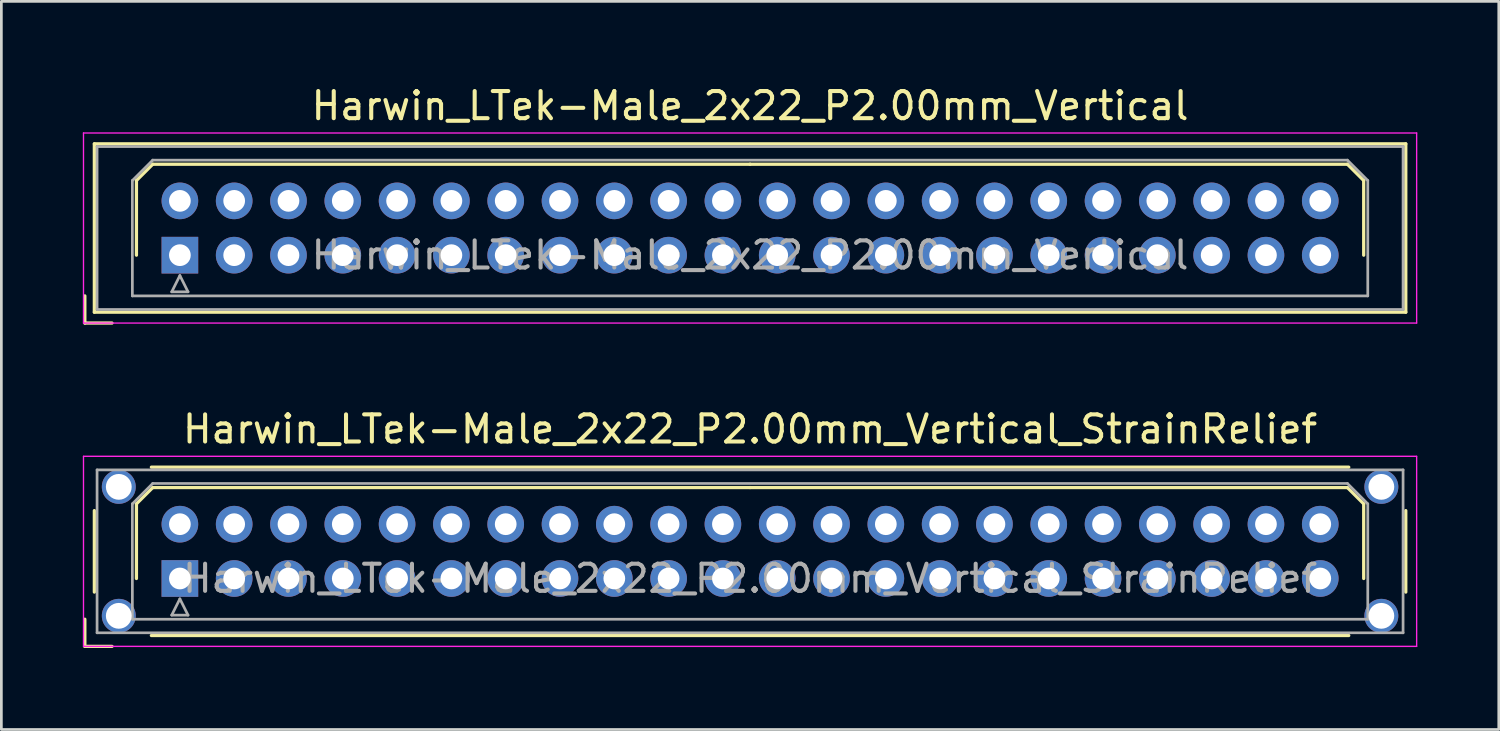
<source format=kicad_pcb>
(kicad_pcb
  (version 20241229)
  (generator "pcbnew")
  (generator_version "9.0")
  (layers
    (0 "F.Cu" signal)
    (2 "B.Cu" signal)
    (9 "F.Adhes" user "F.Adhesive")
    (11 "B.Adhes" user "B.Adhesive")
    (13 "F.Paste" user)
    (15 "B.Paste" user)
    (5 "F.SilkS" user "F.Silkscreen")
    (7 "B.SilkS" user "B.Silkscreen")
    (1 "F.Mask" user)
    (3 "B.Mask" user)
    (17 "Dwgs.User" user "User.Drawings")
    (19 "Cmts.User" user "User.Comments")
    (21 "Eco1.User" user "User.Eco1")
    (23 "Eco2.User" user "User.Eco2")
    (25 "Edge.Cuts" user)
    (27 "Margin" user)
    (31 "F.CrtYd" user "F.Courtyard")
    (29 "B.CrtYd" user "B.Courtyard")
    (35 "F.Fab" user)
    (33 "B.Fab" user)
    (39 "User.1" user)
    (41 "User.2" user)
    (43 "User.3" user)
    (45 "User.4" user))
  (footprint "Harwin_LTek-Male_2x22_P2.00mm_Vertical"
    (layer "F.Cu")
    (at 3.575 6.348)
    (property "Reference" "Harwin_LTek-Male_2x22_P2.00mm_Vertical" (at 21 -5.5 0) (layer "F.SilkS") (effects (font (size 1 1) (thickness 0.15))))
    (attr through_hole)
    (fp_line (start -3.5 1.5) (end -3.5 2.5) (stroke (width 0.12) (type solid)) (layer "F.SilkS"))
    (fp_line (start -3.5 2.5) (end -2.5 2.5) (stroke (width 0.12) (type solid)) (layer "F.SilkS"))
    (fp_line (start -3.15 -4.1) (end -3.15 2.1) (stroke (width 0.12) (type solid)) (layer "F.SilkS"))
    (fp_line (start -3.15 2.1) (end 45.15 2.1) (stroke (width 0.12) (type solid)) (layer "F.SilkS"))
    (fp_line (start -1.6 -2.75) (end -1 -3.35) (stroke (width 0.12) (type solid)) (layer "F.SilkS"))
    (fp_line (start -1.6 0) (end -1.6 -2.75) (stroke (width 0.12) (type solid)) (layer "F.SilkS"))
    (fp_line (start -1 -3.35) (end 21 -3.35) (stroke (width 0.12) (type solid)) (layer "F.SilkS"))
    (fp_line (start 43 -3.35) (end 21 -3.35) (stroke (width 0.12) (type solid)) (layer "F.SilkS"))
    (fp_line (start 43.6 -2.75) (end 43 -3.35) (stroke (width 0.12) (type solid)) (layer "F.SilkS"))
    (fp_line (start 43.6 0) (end 43.6 -2.75) (stroke (width 0.12) (type solid)) (layer "F.SilkS"))
    (fp_line (start 45.15 -4.1) (end -3.15 -4.1) (stroke (width 0.12) (type solid)) (layer "F.SilkS"))
    (fp_line (start 45.15 2.1) (end 45.15 -4.1) (stroke (width 0.12) (type solid)) (layer "F.SilkS"))
    (fp_line (start -3.55 -4.5) (end -3.55 2.5) (stroke (width 0.05) (type solid)) (layer "F.CrtYd"))
    (fp_line (start -3.55 2.5) (end 45.55 2.5) (stroke (width 0.05) (type solid)) (layer "F.CrtYd"))
    (fp_line (start 45.55 -4.5) (end -3.55 -4.5) (stroke (width 0.05) (type solid)) (layer "F.CrtYd"))
    (fp_line (start 45.55 2.5) (end 45.55 -4.5) (stroke (width 0.05) (type solid)) (layer "F.CrtYd"))
    (fp_line (start -3.05 -4) (end -3.05 2) (stroke (width 0.1) (type solid)) (layer "F.Fab"))
    (fp_line (start -3.05 2) (end 45.05 2) (stroke (width 0.1) (type solid)) (layer "F.Fab"))
    (fp_line (start -1.75 -2.75) (end -1 -3.5) (stroke (width 0.1) (type solid)) (layer "F.Fab"))
    (fp_line (start -1.75 1.5) (end -1.75 -2.75) (stroke (width 0.1) (type solid)) (layer "F.Fab"))
    (fp_line (start -1 -3.5) (end 43 -3.5) (stroke (width 0.1) (type solid)) (layer "F.Fab"))
    (fp_line (start -0.3 1.35) (end 0.3 1.35) (stroke (width 0.1) (type solid)) (layer "F.Fab"))
    (fp_line (start 0 0.75) (end -0.3 1.35) (stroke (width 0.1) (type solid)) (layer "F.Fab"))
    (fp_line (start 0.3 1.35) (end 0 0.75) (stroke (width 0.1) (type solid)) (layer "F.Fab"))
    (fp_line (start 43 -3.5) (end 43.75 -2.75) (stroke (width 0.1) (type solid)) (layer "F.Fab"))
    (fp_line (start 43.75 -2.75) (end 43.75 1.5) (stroke (width 0.1) (type solid)) (layer "F.Fab"))
    (fp_line (start 43.75 1.5) (end -1.75 1.5) (stroke (width 0.1) (type solid)) (layer "F.Fab"))
    (fp_line (start 45.05 -4) (end -3.05 -4) (stroke (width 0.1) (type solid)) (layer "F.Fab"))
    (fp_line (start 45.05 2) (end 45.05 -4) (stroke (width 0.1) (type solid)) (layer "F.Fab"))
    (fp_text user "${REFERENCE}" (at 21 0 0) (layer "F.Fab") (effects (font (size 1 1) (thickness 0.15))))
    (pad "1" thru_hole rect (at 0 0) (size 1.35 1.35) (drill 0.8) (layers "*.Cu" "*.Mask"))
    (pad "2" thru_hole circle (at 0 -2) (size 1.35 1.35) (drill 0.8) (layers "*.Cu" "*.Mask"))
    (pad "3" thru_hole circle (at 2 0) (size 1.35 1.35) (drill 0.8) (layers "*.Cu" "*.Mask"))
    (pad "4" thru_hole circle (at 2 -2) (size 1.35 1.35) (drill 0.8) (layers "*.Cu" "*.Mask"))
    (pad "5" thru_hole circle (at 4 0) (size 1.35 1.35) (drill 0.8) (layers "*.Cu" "*.Mask"))
    (pad "6" thru_hole circle (at 4 -2) (size 1.35 1.35) (drill 0.8) (layers "*.Cu" "*.Mask"))
    (pad "7" thru_hole circle (at 6 0) (size 1.35 1.35) (drill 0.8) (layers "*.Cu" "*.Mask"))
    (pad "8" thru_hole circle (at 6 -2) (size 1.35 1.35) (drill 0.8) (layers "*.Cu" "*.Mask"))
    (pad "9" thru_hole circle (at 8 0) (size 1.35 1.35) (drill 0.8) (layers "*.Cu" "*.Mask"))
    (pad "10" thru_hole circle (at 8 -2) (size 1.35 1.35) (drill 0.8) (layers "*.Cu" "*.Mask"))
    (pad "11" thru_hole circle (at 10 0) (size 1.35 1.35) (drill 0.8) (layers "*.Cu" "*.Mask"))
    (pad "12" thru_hole circle (at 10 -2) (size 1.35 1.35) (drill 0.8) (layers "*.Cu" "*.Mask"))
    (pad "13" thru_hole circle (at 12 0) (size 1.35 1.35) (drill 0.8) (layers "*.Cu" "*.Mask"))
    (pad "14" thru_hole circle (at 12 -2) (size 1.35 1.35) (drill 0.8) (layers "*.Cu" "*.Mask"))
    (pad "15" thru_hole circle (at 14 0) (size 1.35 1.35) (drill 0.8) (layers "*.Cu" "*.Mask"))
    (pad "16" thru_hole circle (at 14 -2) (size 1.35 1.35) (drill 0.8) (layers "*.Cu" "*.Mask"))
    (pad "17" thru_hole circle (at 16 0) (size 1.35 1.35) (drill 0.8) (layers "*.Cu" "*.Mask"))
    (pad "18" thru_hole circle (at 16 -2) (size 1.35 1.35) (drill 0.8) (layers "*.Cu" "*.Mask"))
    (pad "19" thru_hole circle (at 18 0) (size 1.35 1.35) (drill 0.8) (layers "*.Cu" "*.Mask"))
    (pad "20" thru_hole circle (at 18 -2) (size 1.35 1.35) (drill 0.8) (layers "*.Cu" "*.Mask"))
    (pad "21" thru_hole circle (at 20 0) (size 1.35 1.35) (drill 0.8) (layers "*.Cu" "*.Mask"))
    (pad "22" thru_hole circle (at 20 -2) (size 1.35 1.35) (drill 0.8) (layers "*.Cu" "*.Mask"))
    (pad "23" thru_hole circle (at 22 0) (size 1.35 1.35) (drill 0.8) (layers "*.Cu" "*.Mask"))
    (pad "24" thru_hole circle (at 22 -2) (size 1.35 1.35) (drill 0.8) (layers "*.Cu" "*.Mask"))
    (pad "25" thru_hole circle (at 24 0) (size 1.35 1.35) (drill 0.8) (layers "*.Cu" "*.Mask"))
    (pad "26" thru_hole circle (at 24 -2) (size 1.35 1.35) (drill 0.8) (layers "*.Cu" "*.Mask"))
    (pad "27" thru_hole circle (at 26 0) (size 1.35 1.35) (drill 0.8) (layers "*.Cu" "*.Mask"))
    (pad "28" thru_hole circle (at 26 -2) (size 1.35 1.35) (drill 0.8) (layers "*.Cu" "*.Mask"))
    (pad "29" thru_hole circle (at 28 0) (size 1.35 1.35) (drill 0.8) (layers "*.Cu" "*.Mask"))
    (pad "30" thru_hole circle (at 28 -2) (size 1.35 1.35) (drill 0.8) (layers "*.Cu" "*.Mask"))
    (pad "31" thru_hole circle (at 30 0) (size 1.35 1.35) (drill 0.8) (layers "*.Cu" "*.Mask"))
    (pad "32" thru_hole circle (at 30 -2) (size 1.35 1.35) (drill 0.8) (layers "*.Cu" "*.Mask"))
    (pad "33" thru_hole circle (at 32 0) (size 1.35 1.35) (drill 0.8) (layers "*.Cu" "*.Mask"))
    (pad "34" thru_hole circle (at 32 -2) (size 1.35 1.35) (drill 0.8) (layers "*.Cu" "*.Mask"))
    (pad "35" thru_hole circle (at 34 0) (size 1.35 1.35) (drill 0.8) (layers "*.Cu" "*.Mask"))
    (pad "36" thru_hole circle (at 34 -2) (size 1.35 1.35) (drill 0.8) (layers "*.Cu" "*.Mask"))
    (pad "37" thru_hole circle (at 36 0) (size 1.35 1.35) (drill 0.8) (layers "*.Cu" "*.Mask"))
    (pad "38" thru_hole circle (at 36 -2) (size 1.35 1.35) (drill 0.8) (layers "*.Cu" "*.Mask"))
    (pad "39" thru_hole circle (at 38 0) (size 1.35 1.35) (drill 0.8) (layers "*.Cu" "*.Mask"))
    (pad "40" thru_hole circle (at 38 -2) (size 1.35 1.35) (drill 0.8) (layers "*.Cu" "*.Mask"))
    (pad "41" thru_hole circle (at 40 0) (size 1.35 1.35) (drill 0.8) (layers "*.Cu" "*.Mask"))
    (pad "42" thru_hole circle (at 40 -2) (size 1.35 1.35) (drill 0.8) (layers "*.Cu" "*.Mask"))
    (pad "43" thru_hole circle (at 42 0) (size 1.35 1.35) (drill 0.8) (layers "*.Cu" "*.Mask"))
    (pad "44" thru_hole circle (at 42 -2) (size 1.35 1.35) (drill 0.8) (layers "*.Cu" "*.Mask")))
  (footprint "Harwin_LTek-Male_2x22_P2.00mm_Vertical_StrainRelief"
    (layer "F.Cu")
    (at 3.575 18.256)
    (property "Reference" "Harwin_LTek-Male_2x22_P2.00mm_Vertical_StrainRelief" (at 21 -5.5 0) (layer "F.SilkS") (effects (font (size 1 1) (thickness 0.15))))
    (attr through_hole)
    (fp_line (start -3.5 1.5) (end -3.5 2.5) (stroke (width 0.12) (type solid)) (layer "F.SilkS"))
    (fp_line (start -3.5 2.5) (end -2.5 2.5) (stroke (width 0.12) (type solid)) (layer "F.SilkS"))
    (fp_line (start -3.15 -2.5) (end -3.15 0.5) (stroke (width 0.12) (type solid)) (layer "F.SilkS"))
    (fp_line (start -1.6 -2.75) (end -1 -3.35) (stroke (width 0.12) (type solid)) (layer "F.SilkS"))
    (fp_line (start -1.6 0) (end -1.6 -2.75) (stroke (width 0.12) (type solid)) (layer "F.SilkS"))
    (fp_line (start -1.05 -4.1) (end 43.05 -4.1) (stroke (width 0.12) (type solid)) (layer "F.SilkS"))
    (fp_line (start -1.05 2.1) (end 43.05 2.1) (stroke (width 0.12) (type solid)) (layer "F.SilkS"))
    (fp_line (start -1 -3.35) (end 21 -3.35) (stroke (width 0.12) (type solid)) (layer "F.SilkS"))
    (fp_line (start 43 -3.35) (end 21 -3.35) (stroke (width 0.12) (type solid)) (layer "F.SilkS"))
    (fp_line (start 43.6 -2.75) (end 43 -3.35) (stroke (width 0.12) (type solid)) (layer "F.SilkS"))
    (fp_line (start 43.6 0) (end 43.6 -2.75) (stroke (width 0.12) (type solid)) (layer "F.SilkS"))
    (fp_line (start 45.15 -2.5) (end 45.15 0.5) (stroke (width 0.12) (type solid)) (layer "F.SilkS"))
    (fp_line (start -3.55 -4.5) (end -3.55 2.5) (stroke (width 0.05) (type solid)) (layer "F.CrtYd"))
    (fp_line (start -3.55 2.5) (end 45.55 2.5) (stroke (width 0.05) (type solid)) (layer "F.CrtYd"))
    (fp_line (start 45.55 -4.5) (end -3.55 -4.5) (stroke (width 0.05) (type solid)) (layer "F.CrtYd"))
    (fp_line (start 45.55 2.5) (end 45.55 -4.5) (stroke (width 0.05) (type solid)) (layer "F.CrtYd"))
    (fp_line (start -3.05 -4) (end -3.05 2) (stroke (width 0.1) (type solid)) (layer "F.Fab"))
    (fp_line (start -3.05 2) (end 45.05 2) (stroke (width 0.1) (type solid)) (layer "F.Fab"))
    (fp_line (start -1.75 -2.75) (end -1 -3.5) (stroke (width 0.1) (type solid)) (layer "F.Fab"))
    (fp_line (start -1.75 1.5) (end -1.75 -2.75) (stroke (width 0.1) (type solid)) (layer "F.Fab"))
    (fp_line (start -1 -3.5) (end 43 -3.5) (stroke (width 0.1) (type solid)) (layer "F.Fab"))
    (fp_line (start -0.3 1.35) (end 0.3 1.35) (stroke (width 0.1) (type solid)) (layer "F.Fab"))
    (fp_line (start 0 0.75) (end -0.3 1.35) (stroke (width 0.1) (type solid)) (layer "F.Fab"))
    (fp_line (start 0.3 1.35) (end 0 0.75) (stroke (width 0.1) (type solid)) (layer "F.Fab"))
    (fp_line (start 43 -3.5) (end 43.75 -2.75) (stroke (width 0.1) (type solid)) (layer "F.Fab"))
    (fp_line (start 43.75 -2.75) (end 43.75 1.5) (stroke (width 0.1) (type solid)) (layer "F.Fab"))
    (fp_line (start 43.75 1.5) (end -1.75 1.5) (stroke (width 0.1) (type solid)) (layer "F.Fab"))
    (fp_line (start 45.05 -4) (end -3.05 -4) (stroke (width 0.1) (type solid)) (layer "F.Fab"))
    (fp_line (start 45.05 2) (end 45.05 -4) (stroke (width 0.1) (type solid)) (layer "F.Fab"))
    (fp_text user "${REFERENCE}" (at 21 0 0) (layer "F.Fab") (effects (font (size 1 1) (thickness 0.15))))
    (pad "" thru_hole circle (at -2.25 -3.375) (size 1.25 1.25) (drill 0.95) (layers "*.Cu" "*.Mask"))
    (pad "" thru_hole circle (at -2.25 1.375) (size 1.25 1.25) (drill 0.95) (layers "*.Cu" "*.Mask"))
    (pad "" thru_hole circle (at 44.25 -3.375) (size 1.25 1.25) (drill 0.95) (layers "*.Cu" "*.Mask"))
    (pad "" thru_hole circle (at 44.25 1.375) (size 1.25 1.25) (drill 0.95) (layers "*.Cu" "*.Mask"))
    (pad "1" thru_hole rect (at 0 0) (size 1.35 1.35) (drill 0.8) (layers "*.Cu" "*.Mask"))
    (pad "2" thru_hole circle (at 0 -2) (size 1.35 1.35) (drill 0.8) (layers "*.Cu" "*.Mask"))
    (pad "3" thru_hole circle (at 2 0) (size 1.35 1.35) (drill 0.8) (layers "*.Cu" "*.Mask"))
    (pad "4" thru_hole circle (at 2 -2) (size 1.35 1.35) (drill 0.8) (layers "*.Cu" "*.Mask"))
    (pad "5" thru_hole circle (at 4 0) (size 1.35 1.35) (drill 0.8) (layers "*.Cu" "*.Mask"))
    (pad "6" thru_hole circle (at 4 -2) (size 1.35 1.35) (drill 0.8) (layers "*.Cu" "*.Mask"))
    (pad "7" thru_hole circle (at 6 0) (size 1.35 1.35) (drill 0.8) (layers "*.Cu" "*.Mask"))
    (pad "8" thru_hole circle (at 6 -2) (size 1.35 1.35) (drill 0.8) (layers "*.Cu" "*.Mask"))
    (pad "9" thru_hole circle (at 8 0) (size 1.35 1.35) (drill 0.8) (layers "*.Cu" "*.Mask"))
    (pad "10" thru_hole circle (at 8 -2) (size 1.35 1.35) (drill 0.8) (layers "*.Cu" "*.Mask"))
    (pad "11" thru_hole circle (at 10 0) (size 1.35 1.35) (drill 0.8) (layers "*.Cu" "*.Mask"))
    (pad "12" thru_hole circle (at 10 -2) (size 1.35 1.35) (drill 0.8) (layers "*.Cu" "*.Mask"))
    (pad "13" thru_hole circle (at 12 0) (size 1.35 1.35) (drill 0.8) (layers "*.Cu" "*.Mask"))
    (pad "14" thru_hole circle (at 12 -2) (size 1.35 1.35) (drill 0.8) (layers "*.Cu" "*.Mask"))
    (pad "15" thru_hole circle (at 14 0) (size 1.35 1.35) (drill 0.8) (layers "*.Cu" "*.Mask"))
    (pad "16" thru_hole circle (at 14 -2) (size 1.35 1.35) (drill 0.8) (layers "*.Cu" "*.Mask"))
    (pad "17" thru_hole circle (at 16 0) (size 1.35 1.35) (drill 0.8) (layers "*.Cu" "*.Mask"))
    (pad "18" thru_hole circle (at 16 -2) (size 1.35 1.35) (drill 0.8) (layers "*.Cu" "*.Mask"))
    (pad "19" thru_hole circle (at 18 0) (size 1.35 1.35) (drill 0.8) (layers "*.Cu" "*.Mask"))
    (pad "20" thru_hole circle (at 18 -2) (size 1.35 1.35) (drill 0.8) (layers "*.Cu" "*.Mask"))
    (pad "21" thru_hole circle (at 20 0) (size 1.35 1.35) (drill 0.8) (layers "*.Cu" "*.Mask"))
    (pad "22" thru_hole circle (at 20 -2) (size 1.35 1.35) (drill 0.8) (layers "*.Cu" "*.Mask"))
    (pad "23" thru_hole circle (at 22 0) (size 1.35 1.35) (drill 0.8) (layers "*.Cu" "*.Mask"))
    (pad "24" thru_hole circle (at 22 -2) (size 1.35 1.35) (drill 0.8) (layers "*.Cu" "*.Mask"))
    (pad "25" thru_hole circle (at 24 0) (size 1.35 1.35) (drill 0.8) (layers "*.Cu" "*.Mask"))
    (pad "26" thru_hole circle (at 24 -2) (size 1.35 1.35) (drill 0.8) (layers "*.Cu" "*.Mask"))
    (pad "27" thru_hole circle (at 26 0) (size 1.35 1.35) (drill 0.8) (layers "*.Cu" "*.Mask"))
    (pad "28" thru_hole circle (at 26 -2) (size 1.35 1.35) (drill 0.8) (layers "*.Cu" "*.Mask"))
    (pad "29" thru_hole circle (at 28 0) (size 1.35 1.35) (drill 0.8) (layers "*.Cu" "*.Mask"))
    (pad "30" thru_hole circle (at 28 -2) (size 1.35 1.35) (drill 0.8) (layers "*.Cu" "*.Mask"))
    (pad "31" thru_hole circle (at 30 0) (size 1.35 1.35) (drill 0.8) (layers "*.Cu" "*.Mask"))
    (pad "32" thru_hole circle (at 30 -2) (size 1.35 1.35) (drill 0.8) (layers "*.Cu" "*.Mask"))
    (pad "33" thru_hole circle (at 32 0) (size 1.35 1.35) (drill 0.8) (layers "*.Cu" "*.Mask"))
    (pad "34" thru_hole circle (at 32 -2) (size 1.35 1.35) (drill 0.8) (layers "*.Cu" "*.Mask"))
    (pad "35" thru_hole circle (at 34 0) (size 1.35 1.35) (drill 0.8) (layers "*.Cu" "*.Mask"))
    (pad "36" thru_hole circle (at 34 -2) (size 1.35 1.35) (drill 0.8) (layers "*.Cu" "*.Mask"))
    (pad "37" thru_hole circle (at 36 0) (size 1.35 1.35) (drill 0.8) (layers "*.Cu" "*.Mask"))
    (pad "38" thru_hole circle (at 36 -2) (size 1.35 1.35) (drill 0.8) (layers "*.Cu" "*.Mask"))
    (pad "39" thru_hole circle (at 38 0) (size 1.35 1.35) (drill 0.8) (layers "*.Cu" "*.Mask"))
    (pad "40" thru_hole circle (at 38 -2) (size 1.35 1.35) (drill 0.8) (layers "*.Cu" "*.Mask"))
    (pad "41" thru_hole circle (at 40 0) (size 1.35 1.35) (drill 0.8) (layers "*.Cu" "*.Mask"))
    (pad "42" thru_hole circle (at 40 -2) (size 1.35 1.35) (drill 0.8) (layers "*.Cu" "*.Mask"))
    (pad "43" thru_hole circle (at 42 0) (size 1.35 1.35) (drill 0.8) (layers "*.Cu" "*.Mask"))
    (pad "44" thru_hole circle (at 42 -2) (size 1.35 1.35) (drill 0.8) (layers "*.Cu" "*.Mask")))
  (gr_rect
    (start -3 -3)
    (end 52.15 23.817)
    (stroke (width 0.1) (type default))
    (fill no)
    (layer "Edge.Cuts")))
</source>
